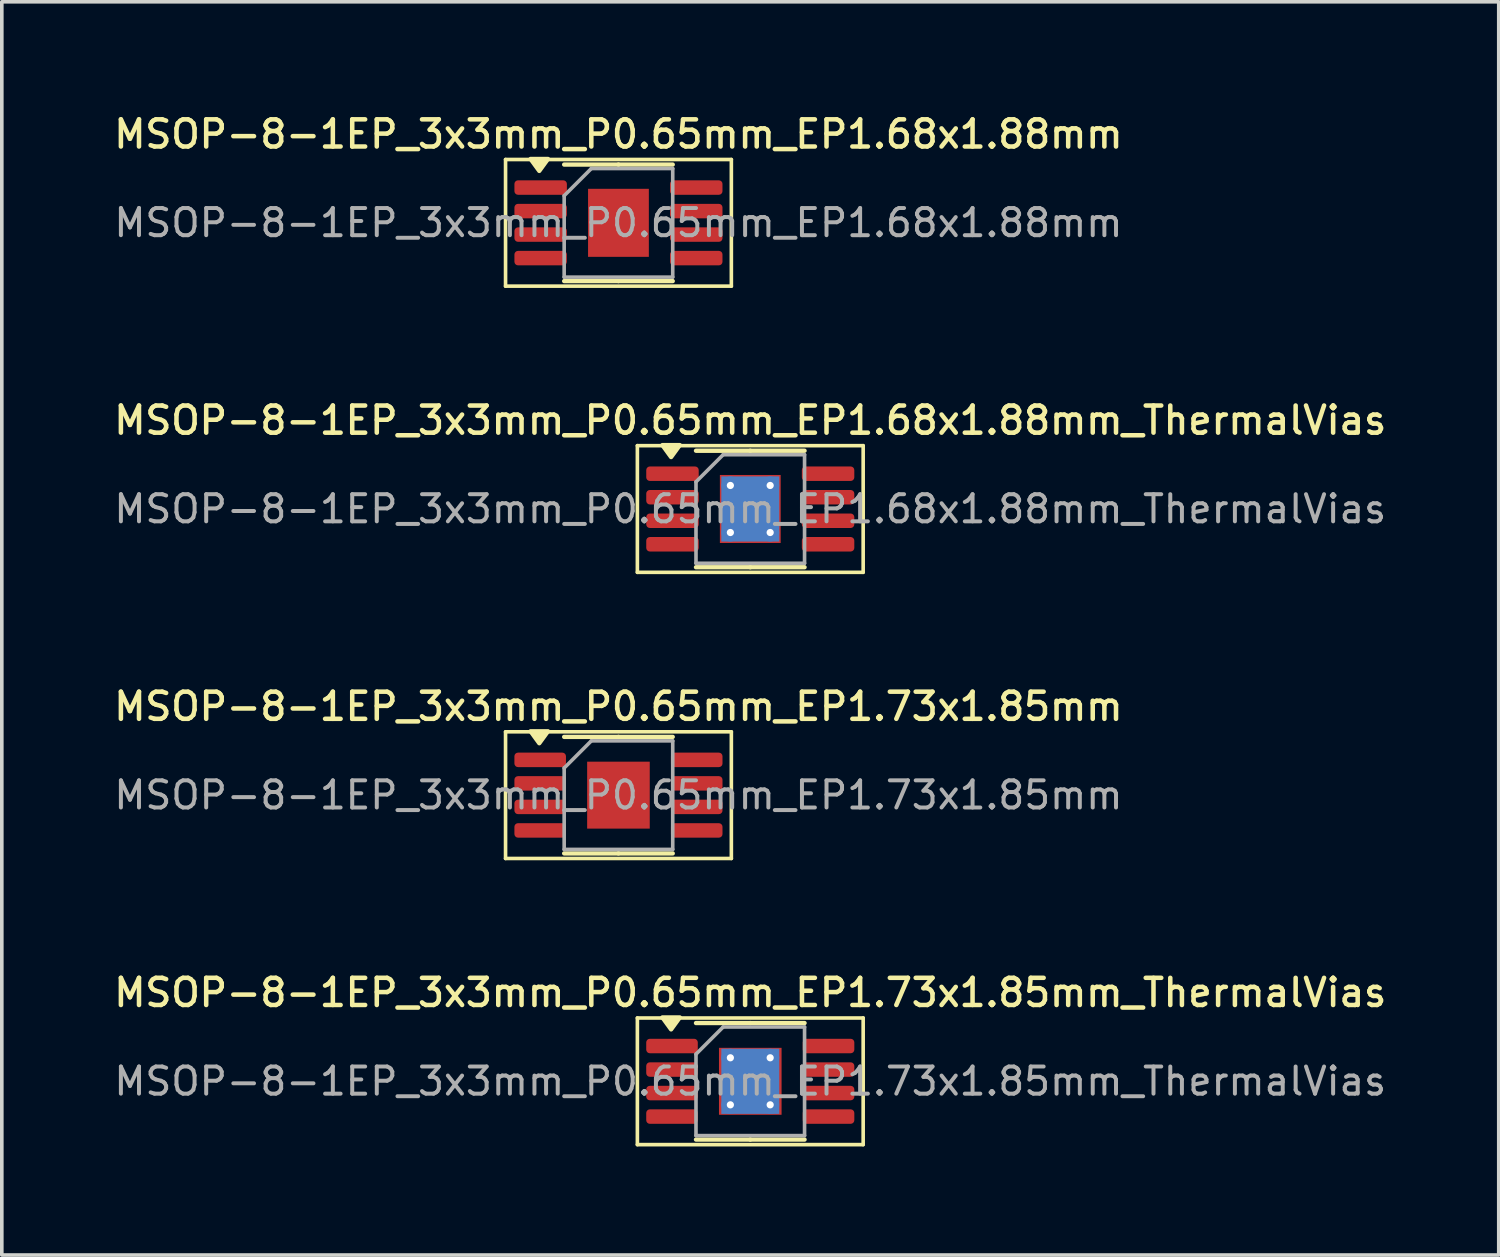
<source format=kicad_pcb>
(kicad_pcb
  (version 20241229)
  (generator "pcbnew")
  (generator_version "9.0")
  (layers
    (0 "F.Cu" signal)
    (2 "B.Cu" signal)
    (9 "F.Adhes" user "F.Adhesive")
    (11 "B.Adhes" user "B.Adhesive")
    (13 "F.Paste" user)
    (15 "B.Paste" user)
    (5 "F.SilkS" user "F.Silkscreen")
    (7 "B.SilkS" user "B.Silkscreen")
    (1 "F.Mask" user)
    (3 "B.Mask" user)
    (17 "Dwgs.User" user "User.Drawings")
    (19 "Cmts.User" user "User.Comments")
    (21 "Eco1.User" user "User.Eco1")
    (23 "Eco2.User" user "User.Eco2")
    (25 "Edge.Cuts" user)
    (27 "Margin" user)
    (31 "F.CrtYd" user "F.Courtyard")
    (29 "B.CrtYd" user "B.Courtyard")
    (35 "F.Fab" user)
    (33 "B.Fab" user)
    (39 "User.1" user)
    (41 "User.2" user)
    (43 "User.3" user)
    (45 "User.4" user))
  (footprint "MSOP-8-1EP_3x3mm_P0.65mm_EP1.68x1.88mm"
    (layer "F.Cu")
    (at 14.041 3.108)
    (property "Reference" "MSOP-8-1EP_3x3mm_P0.65mm_EP1.68x1.88mm" (at 0 -2.45 0) (layer "F.SilkS") (effects (font (size 0.75 0.75) (thickness 0.125))))
    (attr smd)
    (fp_line (start -3.12 -1.75) (end -3.12 1.75) (stroke (width 0.1) (type solid)) (layer "F.SilkS"))
    (fp_line (start -3.12 1.75) (end 3.12 1.75) (stroke (width 0.1) (type solid)) (layer "F.SilkS"))
    (fp_line (start 0 -1.61) (end -1.5 -1.61) (stroke (width 0.12) (type solid)) (layer "F.SilkS"))
    (fp_line (start 0 -1.61) (end 1.5 -1.61) (stroke (width 0.12) (type solid)) (layer "F.SilkS"))
    (fp_line (start 0 1.61) (end -1.5 1.61) (stroke (width 0.12) (type solid)) (layer "F.SilkS"))
    (fp_line (start 0 1.61) (end 1.5 1.61) (stroke (width 0.12) (type solid)) (layer "F.SilkS"))
    (fp_line (start 3.12 -1.75) (end -3.12 -1.75) (stroke (width 0.1) (type solid)) (layer "F.SilkS"))
    (fp_line (start 3.12 1.75) (end 3.12 -1.75) (stroke (width 0.1) (type solid)) (layer "F.SilkS"))
    (fp_poly (pts (xy -2.188 -1.435) (xy -2.428 -1.765) (xy -1.948 -1.765) (xy -2.188 -1.435)) (stroke (width 0.12) (type solid)) (fill yes) (layer "F.SilkS"))
    (fp_line (start -1.5 -0.75) (end -0.75 -1.5) (stroke (width 0.1) (type solid)) (layer "F.Fab"))
    (fp_line (start -1.5 1.5) (end -1.5 -0.75) (stroke (width 0.1) (type solid)) (layer "F.Fab"))
    (fp_line (start -0.75 -1.5) (end 1.5 -1.5) (stroke (width 0.1) (type solid)) (layer "F.Fab"))
    (fp_line (start 1.5 -1.5) (end 1.5 1.5) (stroke (width 0.1) (type solid)) (layer "F.Fab"))
    (fp_line (start 1.5 1.5) (end -1.5 1.5) (stroke (width 0.1) (type solid)) (layer "F.Fab"))
    (fp_text user "${REFERENCE}" (at 0 0 0) (layer "F.Fab") (effects (font (size 0.75 0.75) (thickness 0.11))))
    (pad "" smd roundrect (at -0.42 -0.47) (size 0.68 0.76) (layers "F.Paste") (roundrect_rratio 0.25))
    (pad "" smd roundrect (at -0.42 0.47) (size 0.68 0.76) (layers "F.Paste") (roundrect_rratio 0.25))
    (pad "" smd roundrect (at 0.42 -0.47) (size 0.68 0.76) (layers "F.Paste") (roundrect_rratio 0.25))
    (pad "" smd roundrect (at 0.42 0.47) (size 0.68 0.76) (layers "F.Paste") (roundrect_rratio 0.25))
    (pad "1" smd roundrect (at -2.15 -0.975) (size 1.45 0.4) (layers "F.Cu" "F.Mask" "F.Paste") (roundrect_rratio 0.25))
    (pad "2" smd roundrect (at -2.15 -0.325) (size 1.45 0.4) (layers "F.Cu" "F.Mask" "F.Paste") (roundrect_rratio 0.25))
    (pad "3" smd roundrect (at -2.15 0.325) (size 1.45 0.4) (layers "F.Cu" "F.Mask" "F.Paste") (roundrect_rratio 0.25))
    (pad "4" smd roundrect (at -2.15 0.975) (size 1.45 0.4) (layers "F.Cu" "F.Mask" "F.Paste") (roundrect_rratio 0.25))
    (pad "5" smd roundrect (at 2.15 0.975) (size 1.45 0.4) (layers "F.Cu" "F.Mask" "F.Paste") (roundrect_rratio 0.25))
    (pad "6" smd roundrect (at 2.15 0.325) (size 1.45 0.4) (layers "F.Cu" "F.Mask" "F.Paste") (roundrect_rratio 0.25))
    (pad "7" smd roundrect (at 2.15 -0.325) (size 1.45 0.4) (layers "F.Cu" "F.Mask" "F.Paste") (roundrect_rratio 0.25))
    (pad "8" smd roundrect (at 2.15 -0.975) (size 1.45 0.4) (layers "F.Cu" "F.Mask" "F.Paste") (roundrect_rratio 0.25))
    (pad "9" smd rect (at 0 0) (size 1.68 1.88) (property pad_prop_heatsink) (layers "F.Cu" "F.Mask")))
  (footprint "MSOP-8-1EP_3x3mm_P0.65mm_EP1.68x1.88mm_ThermalVias"
    (layer "F.Cu")
    (at 17.684 11.016)
    (property "Reference" "MSOP-8-1EP_3x3mm_P0.65mm_EP1.68x1.88mm_ThermalVias" (at 0 -2.45 0) (layer "F.SilkS") (effects (font (size 0.75 0.75) (thickness 0.125))))
    (attr smd)
    (fp_line (start -3.12 -1.75) (end -3.12 1.75) (stroke (width 0.1) (type solid)) (layer "F.SilkS"))
    (fp_line (start -3.12 1.75) (end 3.12 1.75) (stroke (width 0.1) (type solid)) (layer "F.SilkS"))
    (fp_line (start 0 -1.61) (end -1.5 -1.61) (stroke (width 0.12) (type solid)) (layer "F.SilkS"))
    (fp_line (start 0 -1.61) (end 1.5 -1.61) (stroke (width 0.12) (type solid)) (layer "F.SilkS"))
    (fp_line (start 0 1.61) (end -1.5 1.61) (stroke (width 0.12) (type solid)) (layer "F.SilkS"))
    (fp_line (start 0 1.61) (end 1.5 1.61) (stroke (width 0.12) (type solid)) (layer "F.SilkS"))
    (fp_line (start 3.12 -1.75) (end -3.12 -1.75) (stroke (width 0.1) (type solid)) (layer "F.SilkS"))
    (fp_line (start 3.12 1.75) (end 3.12 -1.75) (stroke (width 0.1) (type solid)) (layer "F.SilkS"))
    (fp_poly (pts (xy -2.188 -1.435) (xy -2.428 -1.765) (xy -1.948 -1.765) (xy -2.188 -1.435)) (stroke (width 0.12) (type solid)) (fill yes) (layer "F.SilkS"))
    (fp_line (start -1.5 -0.75) (end -0.75 -1.5) (stroke (width 0.1) (type solid)) (layer "F.Fab"))
    (fp_line (start -1.5 1.5) (end -1.5 -0.75) (stroke (width 0.1) (type solid)) (layer "F.Fab"))
    (fp_line (start -0.75 -1.5) (end 1.5 -1.5) (stroke (width 0.1) (type solid)) (layer "F.Fab"))
    (fp_line (start 1.5 -1.5) (end 1.5 1.5) (stroke (width 0.1) (type solid)) (layer "F.Fab"))
    (fp_line (start 1.5 1.5) (end -1.5 1.5) (stroke (width 0.1) (type solid)) (layer "F.Fab"))
    (fp_text user "${REFERENCE}" (at 0 0 0) (layer "F.Fab") (effects (font (size 0.75 0.75) (thickness 0.11))))
    (pad "" smd roundrect (at -0.42 -0.47) (size 0.7 0.79) (layers "F.Paste") (roundrect_rratio 0.25))
    (pad "" smd roundrect (at -0.42 0.47) (size 0.7 0.79) (layers "F.Paste") (roundrect_rratio 0.25))
    (pad "" smd roundrect (at 0.42 -0.47) (size 0.7 0.79) (layers "F.Paste") (roundrect_rratio 0.25))
    (pad "" smd roundrect (at 0.42 0.47) (size 0.7 0.79) (layers "F.Paste") (roundrect_rratio 0.25))
    (pad "1" smd roundrect (at -2.15 -0.975) (size 1.45 0.4) (layers "F.Cu" "F.Mask" "F.Paste") (roundrect_rratio 0.25))
    (pad "2" smd roundrect (at -2.15 -0.325) (size 1.45 0.4) (layers "F.Cu" "F.Mask" "F.Paste") (roundrect_rratio 0.25))
    (pad "3" smd roundrect (at -2.15 0.325) (size 1.45 0.4) (layers "F.Cu" "F.Mask" "F.Paste") (roundrect_rratio 0.25))
    (pad "4" smd roundrect (at -2.15 0.975) (size 1.45 0.4) (layers "F.Cu" "F.Mask" "F.Paste") (roundrect_rratio 0.25))
    (pad "5" smd roundrect (at 2.15 0.975) (size 1.45 0.4) (layers "F.Cu" "F.Mask" "F.Paste") (roundrect_rratio 0.25))
    (pad "6" smd roundrect (at 2.15 0.325) (size 1.45 0.4) (layers "F.Cu" "F.Mask" "F.Paste") (roundrect_rratio 0.25))
    (pad "7" smd roundrect (at 2.15 -0.325) (size 1.45 0.4) (layers "F.Cu" "F.Mask" "F.Paste") (roundrect_rratio 0.25))
    (pad "8" smd roundrect (at 2.15 -0.975) (size 1.45 0.4) (layers "F.Cu" "F.Mask" "F.Paste") (roundrect_rratio 0.25))
    (pad "9" thru_hole circle (at -0.55 -0.65) (size 0.5 0.5) (drill 0.2) (property pad_prop_heatsink) (layers "*.Cu"))
    (pad "9" thru_hole circle (at -0.55 0.65) (size 0.5 0.5) (drill 0.2) (property pad_prop_heatsink) (layers "*.Cu"))
    (pad "9" smd rect (at 0 0) (size 1.6 1.8) (property pad_prop_heatsink) (layers "B.Cu"))
    (pad "9" smd rect (at 0 0) (size 1.68 1.88) (property pad_prop_heatsink) (layers "F.Cu" "F.Mask"))
    (pad "9" thru_hole circle (at 0.55 -0.65) (size 0.5 0.5) (drill 0.2) (property pad_prop_heatsink) (layers "*.Cu"))
    (pad "9" thru_hole circle (at 0.55 0.65) (size 0.5 0.5) (drill 0.2) (property pad_prop_heatsink) (layers "*.Cu")))
  (footprint "MSOP-8-1EP_3x3mm_P0.65mm_EP1.73x1.85mm"
    (layer "F.Cu")
    (at 14.041 18.924)
    (property "Reference" "MSOP-8-1EP_3x3mm_P0.65mm_EP1.73x1.85mm" (at 0 -2.45 0) (layer "F.SilkS") (effects (font (size 0.75 0.75) (thickness 0.125))))
    (attr smd)
    (fp_line (start -3.12 -1.75) (end -3.12 1.75) (stroke (width 0.1) (type solid)) (layer "F.SilkS"))
    (fp_line (start -3.12 1.75) (end 3.12 1.75) (stroke (width 0.1) (type solid)) (layer "F.SilkS"))
    (fp_line (start 0 -1.61) (end -1.5 -1.61) (stroke (width 0.12) (type solid)) (layer "F.SilkS"))
    (fp_line (start 0 -1.61) (end 1.5 -1.61) (stroke (width 0.12) (type solid)) (layer "F.SilkS"))
    (fp_line (start 0 1.61) (end -1.5 1.61) (stroke (width 0.12) (type solid)) (layer "F.SilkS"))
    (fp_line (start 0 1.61) (end 1.5 1.61) (stroke (width 0.12) (type solid)) (layer "F.SilkS"))
    (fp_line (start 3.12 -1.75) (end -3.12 -1.75) (stroke (width 0.1) (type solid)) (layer "F.SilkS"))
    (fp_line (start 3.12 1.75) (end 3.12 -1.75) (stroke (width 0.1) (type solid)) (layer "F.SilkS"))
    (fp_poly (pts (xy -2.188 -1.435) (xy -2.428 -1.765) (xy -1.948 -1.765) (xy -2.188 -1.435)) (stroke (width 0.12) (type solid)) (fill yes) (layer "F.SilkS"))
    (fp_line (start -1.5 -0.75) (end -0.75 -1.5) (stroke (width 0.1) (type solid)) (layer "F.Fab"))
    (fp_line (start -1.5 1.5) (end -1.5 -0.75) (stroke (width 0.1) (type solid)) (layer "F.Fab"))
    (fp_line (start -0.75 -1.5) (end 1.5 -1.5) (stroke (width 0.1) (type solid)) (layer "F.Fab"))
    (fp_line (start 1.5 -1.5) (end 1.5 1.5) (stroke (width 0.1) (type solid)) (layer "F.Fab"))
    (fp_line (start 1.5 1.5) (end -1.5 1.5) (stroke (width 0.1) (type solid)) (layer "F.Fab"))
    (fp_text user "${REFERENCE}" (at 0 0 0) (layer "F.Fab") (effects (font (size 0.75 0.75) (thickness 0.11))))
    (pad "" smd roundrect (at -0.43 -0.46) (size 0.7 0.75) (layers "F.Paste") (roundrect_rratio 0.25))
    (pad "" smd roundrect (at -0.43 0.46) (size 0.7 0.75) (layers "F.Paste") (roundrect_rratio 0.25))
    (pad "" smd roundrect (at 0.43 -0.46) (size 0.7 0.75) (layers "F.Paste") (roundrect_rratio 0.25))
    (pad "" smd roundrect (at 0.43 0.46) (size 0.7 0.75) (layers "F.Paste") (roundrect_rratio 0.25))
    (pad "1" smd roundrect (at -2.163 -0.975) (size 1.425 0.4) (layers "F.Cu" "F.Mask" "F.Paste") (roundrect_rratio 0.25))
    (pad "2" smd roundrect (at -2.163 -0.325) (size 1.425 0.4) (layers "F.Cu" "F.Mask" "F.Paste") (roundrect_rratio 0.25))
    (pad "3" smd roundrect (at -2.163 0.325) (size 1.425 0.4) (layers "F.Cu" "F.Mask" "F.Paste") (roundrect_rratio 0.25))
    (pad "4" smd roundrect (at -2.163 0.975) (size 1.425 0.4) (layers "F.Cu" "F.Mask" "F.Paste") (roundrect_rratio 0.25))
    (pad "5" smd roundrect (at 2.163 0.975) (size 1.425 0.4) (layers "F.Cu" "F.Mask" "F.Paste") (roundrect_rratio 0.25))
    (pad "6" smd roundrect (at 2.163 0.325) (size 1.425 0.4) (layers "F.Cu" "F.Mask" "F.Paste") (roundrect_rratio 0.25))
    (pad "7" smd roundrect (at 2.163 -0.325) (size 1.425 0.4) (layers "F.Cu" "F.Mask" "F.Paste") (roundrect_rratio 0.25))
    (pad "8" smd roundrect (at 2.163 -0.975) (size 1.425 0.4) (layers "F.Cu" "F.Mask" "F.Paste") (roundrect_rratio 0.25))
    (pad "9" smd rect (at 0 0) (size 1.73 1.85) (property pad_prop_heatsink) (layers "F.Cu" "F.Mask")))
  (footprint "MSOP-8-1EP_3x3mm_P0.65mm_EP1.73x1.85mm_ThermalVias"
    (layer "F.Cu")
    (at 17.684 26.832)
    (property "Reference" "MSOP-8-1EP_3x3mm_P0.65mm_EP1.73x1.85mm_ThermalVias" (at 0 -2.45 0) (layer "F.SilkS") (effects (font (size 0.75 0.75) (thickness 0.125))))
    (attr smd)
    (fp_line (start -3.12 -1.75) (end -3.12 1.75) (stroke (width 0.1) (type solid)) (layer "F.SilkS"))
    (fp_line (start -3.12 1.75) (end 3.12 1.75) (stroke (width 0.1) (type solid)) (layer "F.SilkS"))
    (fp_line (start 0 -1.61) (end -1.5 -1.61) (stroke (width 0.12) (type solid)) (layer "F.SilkS"))
    (fp_line (start 0 -1.61) (end 1.5 -1.61) (stroke (width 0.12) (type solid)) (layer "F.SilkS"))
    (fp_line (start 0 1.61) (end -1.5 1.61) (stroke (width 0.12) (type solid)) (layer "F.SilkS"))
    (fp_line (start 0 1.61) (end 1.5 1.61) (stroke (width 0.12) (type solid)) (layer "F.SilkS"))
    (fp_line (start 3.12 -1.75) (end -3.12 -1.75) (stroke (width 0.1) (type solid)) (layer "F.SilkS"))
    (fp_line (start 3.12 1.75) (end 3.12 -1.75) (stroke (width 0.1) (type solid)) (layer "F.SilkS"))
    (fp_poly (pts (xy -2.188 -1.435) (xy -2.428 -1.765) (xy -1.948 -1.765) (xy -2.188 -1.435)) (stroke (width 0.12) (type solid)) (fill yes) (layer "F.SilkS"))
    (fp_line (start -1.5 -0.75) (end -0.75 -1.5) (stroke (width 0.1) (type solid)) (layer "F.Fab"))
    (fp_line (start -1.5 1.5) (end -1.5 -0.75) (stroke (width 0.1) (type solid)) (layer "F.Fab"))
    (fp_line (start -0.75 -1.5) (end 1.5 -1.5) (stroke (width 0.1) (type solid)) (layer "F.Fab"))
    (fp_line (start 1.5 -1.5) (end 1.5 1.5) (stroke (width 0.1) (type solid)) (layer "F.Fab"))
    (fp_line (start 1.5 1.5) (end -1.5 1.5) (stroke (width 0.1) (type solid)) (layer "F.Fab"))
    (fp_text user "${REFERENCE}" (at 0 0 0) (layer "F.Fab") (effects (font (size 0.75 0.75) (thickness 0.11))))
    (pad "" smd roundrect (at -0.43 -0.46) (size 0.72 0.77) (layers "F.Paste") (roundrect_rratio 0.25))
    (pad "" smd roundrect (at -0.43 0.46) (size 0.72 0.77) (layers "F.Paste") (roundrect_rratio 0.25))
    (pad "" smd roundrect (at 0.43 -0.46) (size 0.72 0.77) (layers "F.Paste") (roundrect_rratio 0.25))
    (pad "" smd roundrect (at 0.43 0.46) (size 0.72 0.77) (layers "F.Paste") (roundrect_rratio 0.25))
    (pad "1" smd roundrect (at -2.163 -0.975) (size 1.425 0.4) (layers "F.Cu" "F.Mask" "F.Paste") (roundrect_rratio 0.25))
    (pad "2" smd roundrect (at -2.163 -0.325) (size 1.425 0.4) (layers "F.Cu" "F.Mask" "F.Paste") (roundrect_rratio 0.25))
    (pad "3" smd roundrect (at -2.163 0.325) (size 1.425 0.4) (layers "F.Cu" "F.Mask" "F.Paste") (roundrect_rratio 0.25))
    (pad "4" smd roundrect (at -2.163 0.975) (size 1.425 0.4) (layers "F.Cu" "F.Mask" "F.Paste") (roundrect_rratio 0.25))
    (pad "5" smd roundrect (at 2.163 0.975) (size 1.425 0.4) (layers "F.Cu" "F.Mask" "F.Paste") (roundrect_rratio 0.25))
    (pad "6" smd roundrect (at 2.163 0.325) (size 1.425 0.4) (layers "F.Cu" "F.Mask" "F.Paste") (roundrect_rratio 0.25))
    (pad "7" smd roundrect (at 2.163 -0.325) (size 1.425 0.4) (layers "F.Cu" "F.Mask" "F.Paste") (roundrect_rratio 0.25))
    (pad "8" smd roundrect (at 2.163 -0.975) (size 1.425 0.4) (layers "F.Cu" "F.Mask" "F.Paste") (roundrect_rratio 0.25))
    (pad "9" thru_hole circle (at -0.55 -0.65) (size 0.5 0.5) (drill 0.2) (property pad_prop_heatsink) (layers "*.Cu"))
    (pad "9" thru_hole circle (at -0.55 0.65) (size 0.5 0.5) (drill 0.2) (property pad_prop_heatsink) (layers "*.Cu"))
    (pad "9" smd rect (at 0 0) (size 1.6 1.8) (property pad_prop_heatsink) (layers "B.Cu"))
    (pad "9" smd rect (at 0 0) (size 1.73 1.85) (property pad_prop_heatsink) (layers "F.Cu" "F.Mask"))
    (pad "9" thru_hole circle (at 0.55 -0.65) (size 0.5 0.5) (drill 0.2) (property pad_prop_heatsink) (layers "*.Cu"))
    (pad "9" thru_hole circle (at 0.55 0.65) (size 0.5 0.5) (drill 0.2) (property pad_prop_heatsink) (layers "*.Cu")))
  (gr_rect
    (start -3 -3)
    (end 38.368 31.633)
    (stroke (width 0.1) (type default))
    (fill no)
    (layer "Edge.Cuts")))
</source>
